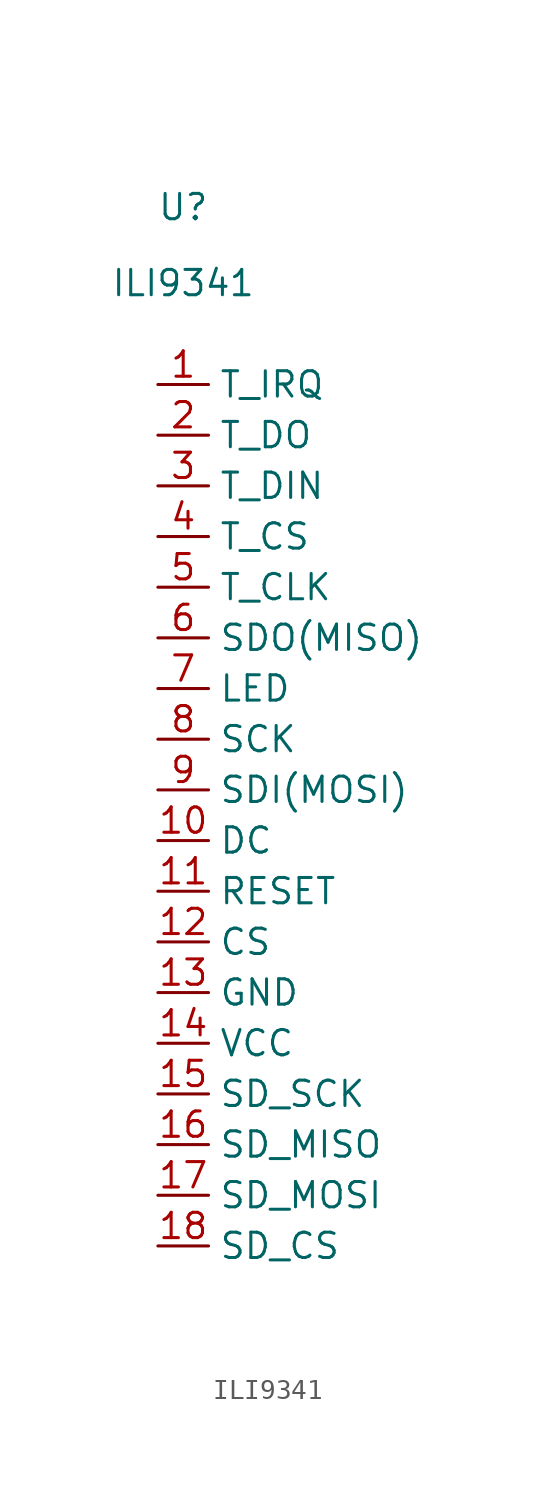
<source format=kicad_sym>
(kicad_symbol_lib
  (version 20211014)
  (generator kicad_symbol_editor)
  (symbol "ILI9341"
    (property "Reference" "U"
      (at 0 0 0)
      (effects (font (size 1.27 1.27))))
    (property "Value" "ILI9341"
      (at 0 -3.81 0)
      (effects (font (size 1.27 1.27))))
    (symbol "ILI9341_1_1"
      (pin output line (at -1.27 -8.89 0) (length 2.54) (name "T_IRQ" (effects (font (size 1.27 1.27)))) (number "1" (effects (font (size 1.27 1.27)))))
      (pin input line (at -1.27 -31.75 0) (length 2.54) (name "DC" (effects (font (size 1.27 1.27)))) (number "10" (effects (font (size 1.27 1.27)))))
      (pin input line (at -1.27 -34.29 0) (length 2.54) (name "RESET" (effects (font (size 1.27 1.27)))) (number "11" (effects (font (size 1.27 1.27)))))
      (pin input line (at -1.27 -36.83 0) (length 2.54) (name "CS" (effects (font (size 1.27 1.27)))) (number "12" (effects (font (size 1.27 1.27)))))
      (pin power_in line (at -1.27 -39.37 0) (length 2.54) (name "GND" (effects (font (size 1.27 1.27)))) (number "13" (effects (font (size 1.27 1.27)))))
      (pin power_in line (at -1.27 -41.91 0) (length 2.54) (name "VCC" (effects (font (size 1.27 1.27)))) (number "14" (effects (font (size 1.27 1.27)))))
      (pin input line (at -1.27 -44.45 0) (length 2.54) (name "SD_SCK" (effects (font (size 1.27 1.27)))) (number "15" (effects (font (size 1.27 1.27)))))
      (pin tri_state line (at -1.27 -46.99 0) (length 2.54) (name "SD_MISO" (effects (font (size 1.27 1.27)))) (number "16" (effects (font (size 1.27 1.27)))))
      (pin input line (at -1.27 -49.53 0) (length 2.54) (name "SD_MOSI" (effects (font (size 1.27 1.27)))) (number "17" (effects (font (size 1.27 1.27)))))
      (pin input line (at -1.27 -52.07 0) (length 2.54) (name "SD_CS" (effects (font (size 1.27 1.27)))) (number "18" (effects (font (size 1.27 1.27)))))
      (pin tri_state line (at -1.27 -11.43 0) (length 2.54) (name "T_DO" (effects (font (size 1.27 1.27)))) (number "2" (effects (font (size 1.27 1.27)))))
      (pin input line (at -1.27 -13.97 0) (length 2.54) (name "T_DIN" (effects (font (size 1.27 1.27)))) (number "3" (effects (font (size 1.27 1.27)))))
      (pin input line (at -1.27 -16.51 0) (length 2.54) (name "T_CS" (effects (font (size 1.27 1.27)))) (number "4" (effects (font (size 1.27 1.27)))))
      (pin input line (at -1.27 -19.05 0) (length 2.54) (name "T_CLK" (effects (font (size 1.27 1.27)))) (number "5" (effects (font (size 1.27 1.27)))))
      (pin tri_state line (at -1.27 -21.59 0) (length 2.54) (name "SDO(MISO)" (effects (font (size 1.27 1.27)))) (number "6" (effects (font (size 1.27 1.27)))))
      (pin input line (at -1.27 -24.13 0) (length 2.54) (name "LED" (effects (font (size 1.27 1.27)))) (number "7" (effects (font (size 1.27 1.27)))))
      (pin input line (at -1.27 -26.67 0) (length 2.54) (name "SCK" (effects (font (size 1.27 1.27)))) (number "8" (effects (font (size 1.27 1.27)))))
      (pin input line (at -1.27 -29.21 0) (length 2.54) (name "SDI(MOSI)" (effects (font (size 1.27 1.27)))) (number "9" (effects (font (size 1.27 1.27))))))))
</source>
